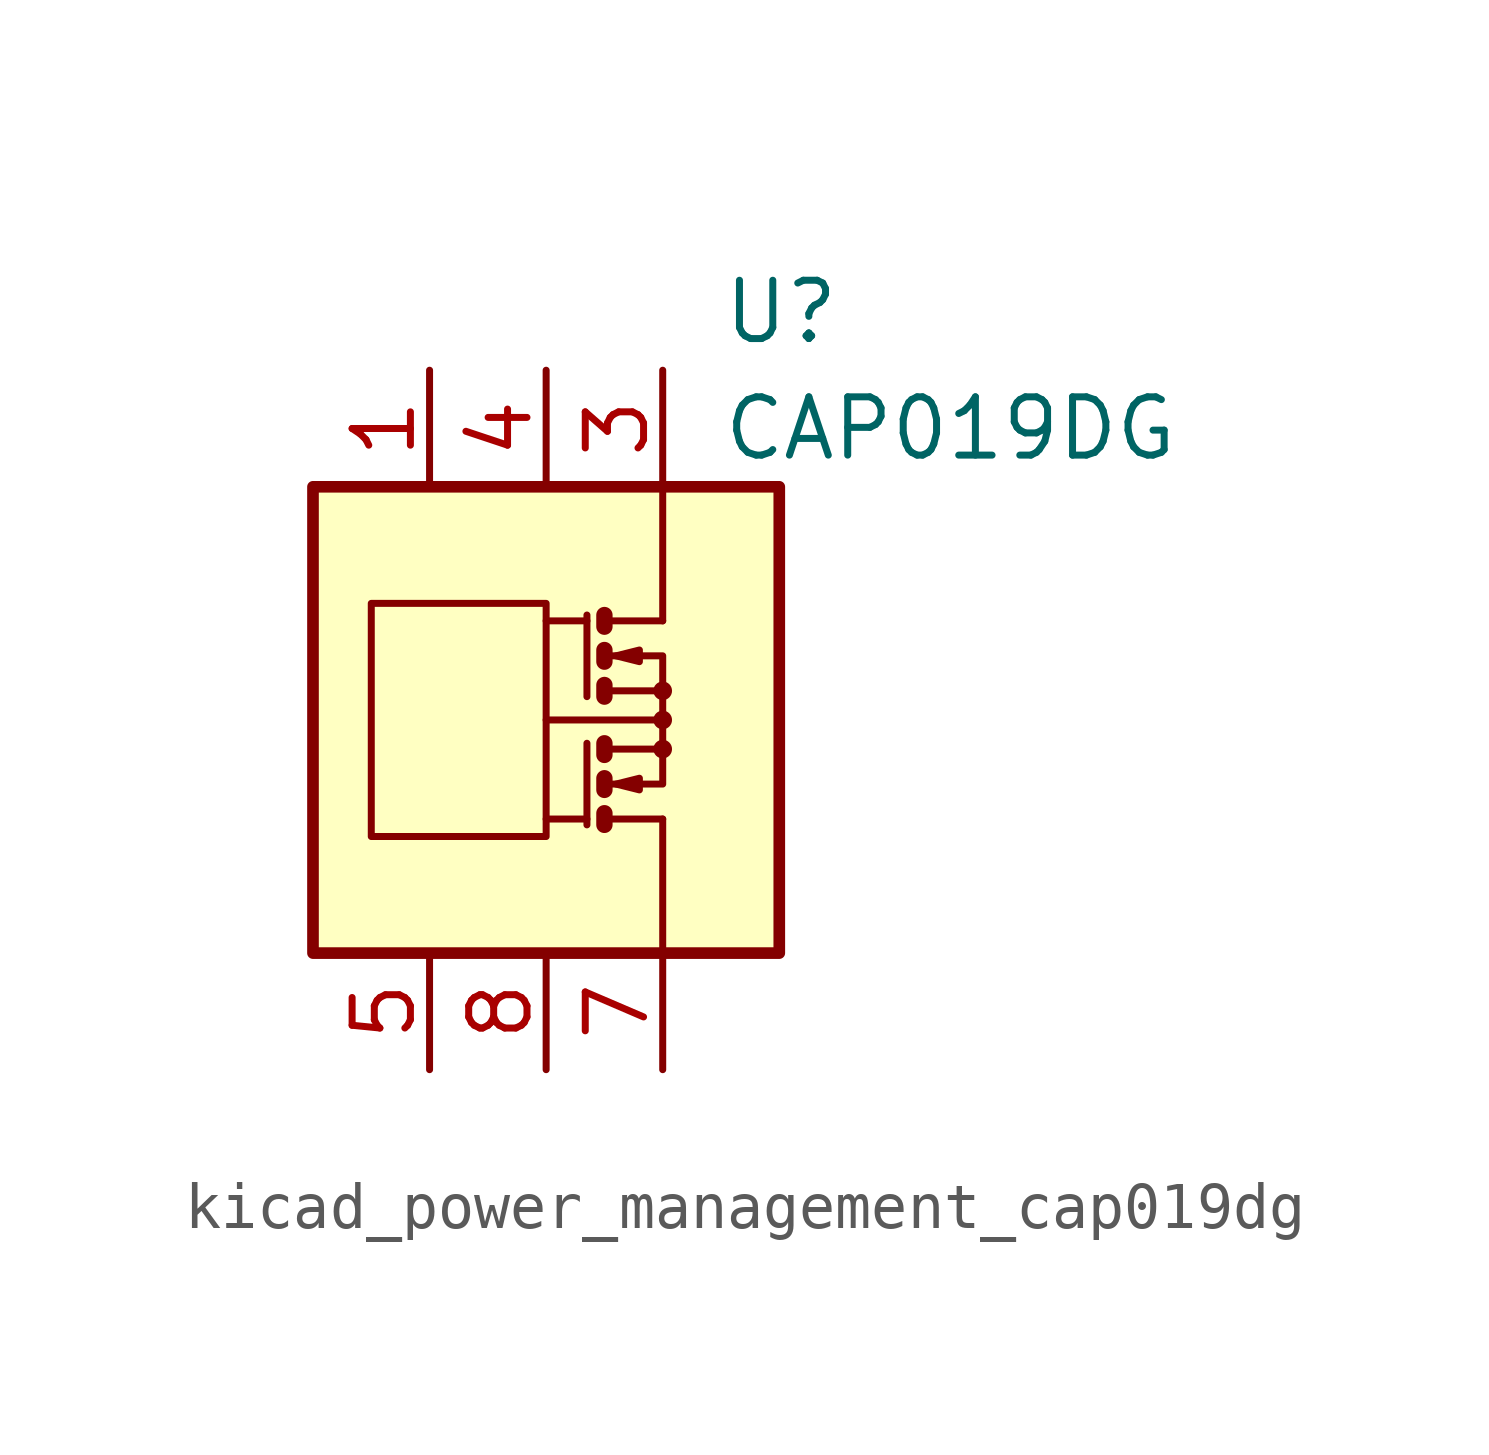
<source format=kicad_sym>
(kicad_symbol_lib
  (version 20220914)
  (generator kicad_symbol_editor)
  (symbol "kicad_power_management_cap019dg"
    (pin_names
      (offset 1.27))
    (property "Reference" "U"
      (at 3.81 8.89 0)
      (effects (font (size 1.27 1.27)) (justify left)))
    (property "Value" "CAP019DG"
      (at 3.81 6.35 0)
      (effects (font (size 1.27 1.27)) (justify left)))
    (symbol "kicad_power_management_cap019dg_0_1"
      (rectangle (start -5.08 5.08) (end 5.08 -5.08) (stroke (width 0.254) (type default)) (fill (type background)))
      (rectangle (start -3.81 2.54) (end 0 -2.54) (stroke (width 0) (type default)) (fill (type none)))
      (polyline (pts (xy 0.889 -2.159) (xy 0 -2.159)) (stroke (width 0) (type default)) (fill (type none)))
      (polyline (pts (xy 0.889 -0.508) (xy 0.889 -2.286)) (stroke (width 0) (type default)) (fill (type none)))
      (polyline (pts (xy 0.889 2.159) (xy 0 2.159)) (stroke (width 0) (type default)) (fill (type none)))
      (polyline (pts (xy 0.889 2.286) (xy 0.889 0.508)) (stroke (width 0) (type default)) (fill (type none)))
      (polyline (pts (xy 1.27 -2.159) (xy 2.54 -2.159)) (stroke (width 0) (type default)) (fill (type none)))
      (polyline (pts (xy 1.27 2.159) (xy 2.54 2.159)) (stroke (width 0) (type default)) (fill (type none)))
      (polyline (pts (xy 2.413 0) (xy 0 0)) (stroke (width 0) (type default)) (fill (type none)))
      (polyline (pts (xy 2.54 -2.159) (xy 2.54 -5.08)) (stroke (width 0) (type default)) (fill (type none)))
      (polyline (pts (xy 1.27 -2.032) (xy 1.27 -2.286) (xy 1.27 -2.286)) (stroke (width 0.356) (type default)) (fill (type none)))
      (polyline (pts (xy 1.27 -1.27) (xy 1.27 -1.524) (xy 1.27 -1.524)) (stroke (width 0.356) (type default)) (fill (type none)))
      (polyline (pts (xy 1.27 0.762) (xy 1.27 0.508) (xy 1.27 0.508)) (stroke (width 0.356) (type default)) (fill (type none)))
      (polyline (pts (xy 1.27 1.524) (xy 1.27 1.27) (xy 1.27 1.27)) (stroke (width 0.356) (type default)) (fill (type none)))
      (polyline (pts (xy 1.27 2.286) (xy 1.27 2.032) (xy 1.27 2.032)) (stroke (width 0.356) (type default)) (fill (type none)))
      (polyline (pts (xy 1.397 -1.397) (xy 2.54 -1.397) (xy 2.54 -0.635)) (stroke (width 0) (type default)) (fill (type none)))
      (polyline (pts (xy 1.397 1.397) (xy 2.54 1.397) (xy 2.54 0.635)) (stroke (width 0) (type default)) (fill (type none)))
      (polyline (pts (xy 2.54 2.159) (xy 2.54 5.08) (xy 2.54 3.175)) (stroke (width 0) (type default)) (fill (type none)))
      (polyline (pts (xy 1.397 -0.635) (xy 2.54 -0.635) (xy 2.54 0.635) (xy 1.397 0.635)) (stroke (width 0) (type default)) (fill (type none)))
      (polyline (pts (xy 1.524 -1.397) (xy 2.032 -1.27) (xy 2.032 -1.524) (xy 1.524 -1.397)) (stroke (width 0) (type default)) (fill (type none)))
      (polyline (pts (xy 1.524 1.397) (xy 2.032 1.524) (xy 2.032 1.27) (xy 1.524 1.397)) (stroke (width 0) (type default)) (fill (type none)))
      (circle (center 2.54 -0.635) (radius 0.127) (stroke (width 0) (type default)) (fill (type none)))
      (circle (center 2.54 0) (radius 0.127) (stroke (width 0) (type default)) (fill (type none)))
      (circle (center 2.54 0.635) (radius 0.127) (stroke (width 0) (type default)) (fill (type none))))
    (symbol "kicad_power_management_cap019dg_1_1"
      (polyline (pts (xy 1.27 -0.508) (xy 1.27 -0.762)) (stroke (width 0.356) (type default)) (fill (type none)))
      (pin passive line (at -2.54 7.62 270) (length 2.54) (name "~" (effects (font (size 1.27 1.27)))) (number "1" (effects (font (size 1.27 1.27)))))
      (pin passive line (at 2.54 7.62 270) (length 2.54) hide (name "~" (effects (font (size 1.27 1.27)))) (number "2" (effects (font (size 1.27 1.27)))))
      (pin passive line (at 2.54 7.62 270) (length 2.54) (name "~" (effects (font (size 1.27 1.27)))) (number "3" (effects (font (size 1.27 1.27)))))
      (pin passive line (at 0 7.62 270) (length 2.54) (name "~" (effects (font (size 1.27 1.27)))) (number "4" (effects (font (size 1.27 1.27)))))
      (pin passive line (at -2.54 -7.62 90) (length 2.54) (name "~" (effects (font (size 1.27 1.27)))) (number "5" (effects (font (size 1.27 1.27)))))
      (pin passive line (at 2.54 -7.62 90) (length 2.54) hide (name "~" (effects (font (size 1.27 1.27)))) (number "6" (effects (font (size 1.27 1.27)))))
      (pin passive line (at 2.54 -7.62 90) (length 2.54) (name "~" (effects (font (size 1.27 1.27)))) (number "7" (effects (font (size 1.27 1.27)))))
      (pin passive line (at 0 -7.62 90) (length 2.54) (name "~" (effects (font (size 1.27 1.27)))) (number "8" (effects (font (size 1.27 1.27))))))))
</source>
